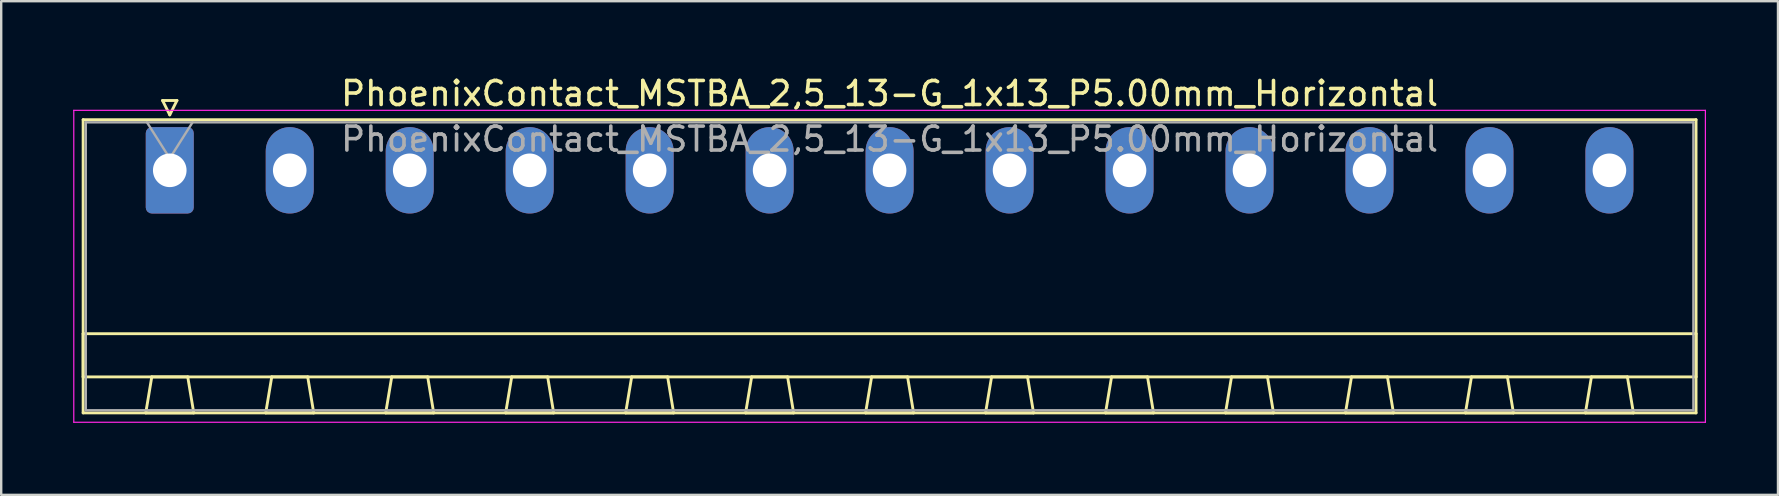
<source format=kicad_pcb>
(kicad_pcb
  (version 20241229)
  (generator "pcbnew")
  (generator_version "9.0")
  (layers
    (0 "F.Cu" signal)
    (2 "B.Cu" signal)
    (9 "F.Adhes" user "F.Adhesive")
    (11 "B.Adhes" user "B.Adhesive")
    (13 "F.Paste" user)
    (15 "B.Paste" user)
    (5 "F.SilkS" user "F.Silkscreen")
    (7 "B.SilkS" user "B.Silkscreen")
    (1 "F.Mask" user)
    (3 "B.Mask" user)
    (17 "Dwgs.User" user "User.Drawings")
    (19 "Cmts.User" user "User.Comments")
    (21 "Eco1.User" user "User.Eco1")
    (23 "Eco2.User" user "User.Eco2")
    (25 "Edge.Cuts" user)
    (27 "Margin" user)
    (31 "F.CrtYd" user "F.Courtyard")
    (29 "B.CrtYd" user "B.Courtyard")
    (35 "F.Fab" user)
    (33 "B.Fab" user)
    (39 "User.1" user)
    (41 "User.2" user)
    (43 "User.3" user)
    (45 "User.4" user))
  (footprint "PhoenixContact_MSTBA_2,5_13-G_1x13_P5.00mm_Horizontal"
    (layer "F.Cu")
    (at 4.025 4.048)
    (property "Reference" "PhoenixContact_MSTBA_2,5_13-G_1x13_P5.00mm_Horizontal" (at 30 -3.2 0) (layer "F.SilkS") (effects (font (size 1 1) (thickness 0.15))))
    (attr through_hole)
    (fp_line (start -3.61 -2.11) (end -3.61 10.11) (stroke (width 0.12) (type solid)) (layer "F.SilkS"))
    (fp_line (start -3.61 6.81) (end 63.61 6.81) (stroke (width 0.12) (type solid)) (layer "F.SilkS"))
    (fp_line (start -3.61 8.61) (end -3.61 6.81) (stroke (width 0.12) (type solid)) (layer "F.SilkS"))
    (fp_line (start -3.61 10.11) (end 63.61 10.11) (stroke (width 0.12) (type solid)) (layer "F.SilkS"))
    (fp_line (start -1 10.11) (end 1 10.11) (stroke (width 0.12) (type solid)) (layer "F.SilkS"))
    (fp_line (start -0.75 8.61) (end -1 10.11) (stroke (width 0.12) (type solid)) (layer "F.SilkS"))
    (fp_line (start -0.3 -2.91) (end 0.3 -2.91) (stroke (width 0.12) (type solid)) (layer "F.SilkS"))
    (fp_line (start 0 -2.31) (end -0.3 -2.91) (stroke (width 0.12) (type solid)) (layer "F.SilkS"))
    (fp_line (start 0.3 -2.91) (end 0 -2.31) (stroke (width 0.12) (type solid)) (layer "F.SilkS"))
    (fp_line (start 0.75 8.61) (end -0.75 8.61) (stroke (width 0.12) (type solid)) (layer "F.SilkS"))
    (fp_line (start 1 10.11) (end 0.75 8.61) (stroke (width 0.12) (type solid)) (layer "F.SilkS"))
    (fp_line (start 4 10.11) (end 6 10.11) (stroke (width 0.12) (type solid)) (layer "F.SilkS"))
    (fp_line (start 4.25 8.61) (end 4 10.11) (stroke (width 0.12) (type solid)) (layer "F.SilkS"))
    (fp_line (start 5.75 8.61) (end 4.25 8.61) (stroke (width 0.12) (type solid)) (layer "F.SilkS"))
    (fp_line (start 6 10.11) (end 5.75 8.61) (stroke (width 0.12) (type solid)) (layer "F.SilkS"))
    (fp_line (start 9 10.11) (end 11 10.11) (stroke (width 0.12) (type solid)) (layer "F.SilkS"))
    (fp_line (start 9.25 8.61) (end 9 10.11) (stroke (width 0.12) (type solid)) (layer "F.SilkS"))
    (fp_line (start 10.75 8.61) (end 9.25 8.61) (stroke (width 0.12) (type solid)) (layer "F.SilkS"))
    (fp_line (start 11 10.11) (end 10.75 8.61) (stroke (width 0.12) (type solid)) (layer "F.SilkS"))
    (fp_line (start 14 10.11) (end 16 10.11) (stroke (width 0.12) (type solid)) (layer "F.SilkS"))
    (fp_line (start 14.25 8.61) (end 14 10.11) (stroke (width 0.12) (type solid)) (layer "F.SilkS"))
    (fp_line (start 15.75 8.61) (end 14.25 8.61) (stroke (width 0.12) (type solid)) (layer "F.SilkS"))
    (fp_line (start 16 10.11) (end 15.75 8.61) (stroke (width 0.12) (type solid)) (layer "F.SilkS"))
    (fp_line (start 19 10.11) (end 21 10.11) (stroke (width 0.12) (type solid)) (layer "F.SilkS"))
    (fp_line (start 19.25 8.61) (end 19 10.11) (stroke (width 0.12) (type solid)) (layer "F.SilkS"))
    (fp_line (start 20.75 8.61) (end 19.25 8.61) (stroke (width 0.12) (type solid)) (layer "F.SilkS"))
    (fp_line (start 21 10.11) (end 20.75 8.61) (stroke (width 0.12) (type solid)) (layer "F.SilkS"))
    (fp_line (start 24 10.11) (end 26 10.11) (stroke (width 0.12) (type solid)) (layer "F.SilkS"))
    (fp_line (start 24.25 8.61) (end 24 10.11) (stroke (width 0.12) (type solid)) (layer "F.SilkS"))
    (fp_line (start 25.75 8.61) (end 24.25 8.61) (stroke (width 0.12) (type solid)) (layer "F.SilkS"))
    (fp_line (start 26 10.11) (end 25.75 8.61) (stroke (width 0.12) (type solid)) (layer "F.SilkS"))
    (fp_line (start 29 10.11) (end 31 10.11) (stroke (width 0.12) (type solid)) (layer "F.SilkS"))
    (fp_line (start 29.25 8.61) (end 29 10.11) (stroke (width 0.12) (type solid)) (layer "F.SilkS"))
    (fp_line (start 30.75 8.61) (end 29.25 8.61) (stroke (width 0.12) (type solid)) (layer "F.SilkS"))
    (fp_line (start 31 10.11) (end 30.75 8.61) (stroke (width 0.12) (type solid)) (layer "F.SilkS"))
    (fp_line (start 34 10.11) (end 36 10.11) (stroke (width 0.12) (type solid)) (layer "F.SilkS"))
    (fp_line (start 34.25 8.61) (end 34 10.11) (stroke (width 0.12) (type solid)) (layer "F.SilkS"))
    (fp_line (start 35.75 8.61) (end 34.25 8.61) (stroke (width 0.12) (type solid)) (layer "F.SilkS"))
    (fp_line (start 36 10.11) (end 35.75 8.61) (stroke (width 0.12) (type solid)) (layer "F.SilkS"))
    (fp_line (start 39 10.11) (end 41 10.11) (stroke (width 0.12) (type solid)) (layer "F.SilkS"))
    (fp_line (start 39.25 8.61) (end 39 10.11) (stroke (width 0.12) (type solid)) (layer "F.SilkS"))
    (fp_line (start 40.75 8.61) (end 39.25 8.61) (stroke (width 0.12) (type solid)) (layer "F.SilkS"))
    (fp_line (start 41 10.11) (end 40.75 8.61) (stroke (width 0.12) (type solid)) (layer "F.SilkS"))
    (fp_line (start 44 10.11) (end 46 10.11) (stroke (width 0.12) (type solid)) (layer "F.SilkS"))
    (fp_line (start 44.25 8.61) (end 44 10.11) (stroke (width 0.12) (type solid)) (layer "F.SilkS"))
    (fp_line (start 45.75 8.61) (end 44.25 8.61) (stroke (width 0.12) (type solid)) (layer "F.SilkS"))
    (fp_line (start 46 10.11) (end 45.75 8.61) (stroke (width 0.12) (type solid)) (layer "F.SilkS"))
    (fp_line (start 49 10.11) (end 51 10.11) (stroke (width 0.12) (type solid)) (layer "F.SilkS"))
    (fp_line (start 49.25 8.61) (end 49 10.11) (stroke (width 0.12) (type solid)) (layer "F.SilkS"))
    (fp_line (start 50.75 8.61) (end 49.25 8.61) (stroke (width 0.12) (type solid)) (layer "F.SilkS"))
    (fp_line (start 51 10.11) (end 50.75 8.61) (stroke (width 0.12) (type solid)) (layer "F.SilkS"))
    (fp_line (start 54 10.11) (end 56 10.11) (stroke (width 0.12) (type solid)) (layer "F.SilkS"))
    (fp_line (start 54.25 8.61) (end 54 10.11) (stroke (width 0.12) (type solid)) (layer "F.SilkS"))
    (fp_line (start 55.75 8.61) (end 54.25 8.61) (stroke (width 0.12) (type solid)) (layer "F.SilkS"))
    (fp_line (start 56 10.11) (end 55.75 8.61) (stroke (width 0.12) (type solid)) (layer "F.SilkS"))
    (fp_line (start 59 10.11) (end 61 10.11) (stroke (width 0.12) (type solid)) (layer "F.SilkS"))
    (fp_line (start 59.25 8.61) (end 59 10.11) (stroke (width 0.12) (type solid)) (layer "F.SilkS"))
    (fp_line (start 60.75 8.61) (end 59.25 8.61) (stroke (width 0.12) (type solid)) (layer "F.SilkS"))
    (fp_line (start 61 10.11) (end 60.75 8.61) (stroke (width 0.12) (type solid)) (layer "F.SilkS"))
    (fp_line (start 63.61 -2.11) (end -3.61 -2.11) (stroke (width 0.12) (type solid)) (layer "F.SilkS"))
    (fp_line (start 63.61 6.81) (end 63.61 8.61) (stroke (width 0.12) (type solid)) (layer "F.SilkS"))
    (fp_line (start 63.61 8.61) (end -3.61 8.61) (stroke (width 0.12) (type solid)) (layer "F.SilkS"))
    (fp_line (start 63.61 10.11) (end 63.61 -2.11) (stroke (width 0.12) (type solid)) (layer "F.SilkS"))
    (fp_line (start -4 -2.5) (end -4 10.5) (stroke (width 0.05) (type solid)) (layer "F.CrtYd"))
    (fp_line (start -4 10.5) (end 64 10.5) (stroke (width 0.05) (type solid)) (layer "F.CrtYd"))
    (fp_line (start 64 -2.5) (end -4 -2.5) (stroke (width 0.05) (type solid)) (layer "F.CrtYd"))
    (fp_line (start 64 10.5) (end 64 -2.5) (stroke (width 0.05) (type solid)) (layer "F.CrtYd"))
    (fp_line (start -3.5 -2) (end -3.5 10) (stroke (width 0.1) (type solid)) (layer "F.Fab"))
    (fp_line (start -3.5 10) (end 63.5 10) (stroke (width 0.1) (type solid)) (layer "F.Fab"))
    (fp_line (start 0 -0.5) (end -0.95 -2) (stroke (width 0.1) (type solid)) (layer "F.Fab"))
    (fp_line (start 0.95 -2) (end 0 -0.5) (stroke (width 0.1) (type solid)) (layer "F.Fab"))
    (fp_line (start 63.5 -2) (end -3.5 -2) (stroke (width 0.1) (type solid)) (layer "F.Fab"))
    (fp_line (start 63.5 10) (end 63.5 -2) (stroke (width 0.1) (type solid)) (layer "F.Fab"))
    (fp_text user "${REFERENCE}" (at 30 -1.3 0) (layer "F.Fab") (effects (font (size 1 1) (thickness 0.15))))
    (pad "1" thru_hole roundrect (at 0 0) (size 2 3.6) (drill 1.4) (layers "*.Cu" "*.Mask") (roundrect_rratio 0.125))
    (pad "2" thru_hole oval (at 5 0) (size 2 3.6) (drill 1.4) (layers "*.Cu" "*.Mask"))
    (pad "3" thru_hole oval (at 10 0) (size 2 3.6) (drill 1.4) (layers "*.Cu" "*.Mask"))
    (pad "4" thru_hole oval (at 15 0) (size 2 3.6) (drill 1.4) (layers "*.Cu" "*.Mask"))
    (pad "5" thru_hole oval (at 20 0) (size 2 3.6) (drill 1.4) (layers "*.Cu" "*.Mask"))
    (pad "6" thru_hole oval (at 25 0) (size 2 3.6) (drill 1.4) (layers "*.Cu" "*.Mask"))
    (pad "7" thru_hole oval (at 30 0) (size 2 3.6) (drill 1.4) (layers "*.Cu" "*.Mask"))
    (pad "8" thru_hole oval (at 35 0) (size 2 3.6) (drill 1.4) (layers "*.Cu" "*.Mask"))
    (pad "9" thru_hole oval (at 40 0) (size 2 3.6) (drill 1.4) (layers "*.Cu" "*.Mask"))
    (pad "10" thru_hole oval (at 45 0) (size 2 3.6) (drill 1.4) (layers "*.Cu" "*.Mask"))
    (pad "11" thru_hole oval (at 50 0) (size 2 3.6) (drill 1.4) (layers "*.Cu" "*.Mask"))
    (pad "12" thru_hole oval (at 55 0) (size 2 3.6) (drill 1.4) (layers "*.Cu" "*.Mask"))
    (pad "13" thru_hole oval (at 60 0) (size 2 3.6) (drill 1.4) (layers "*.Cu" "*.Mask")))
  (gr_rect
    (start -3 -3)
    (end 71.05 17.573)
    (stroke (width 0.1) (type default))
    (fill no)
    (layer "Edge.Cuts")))
</source>
